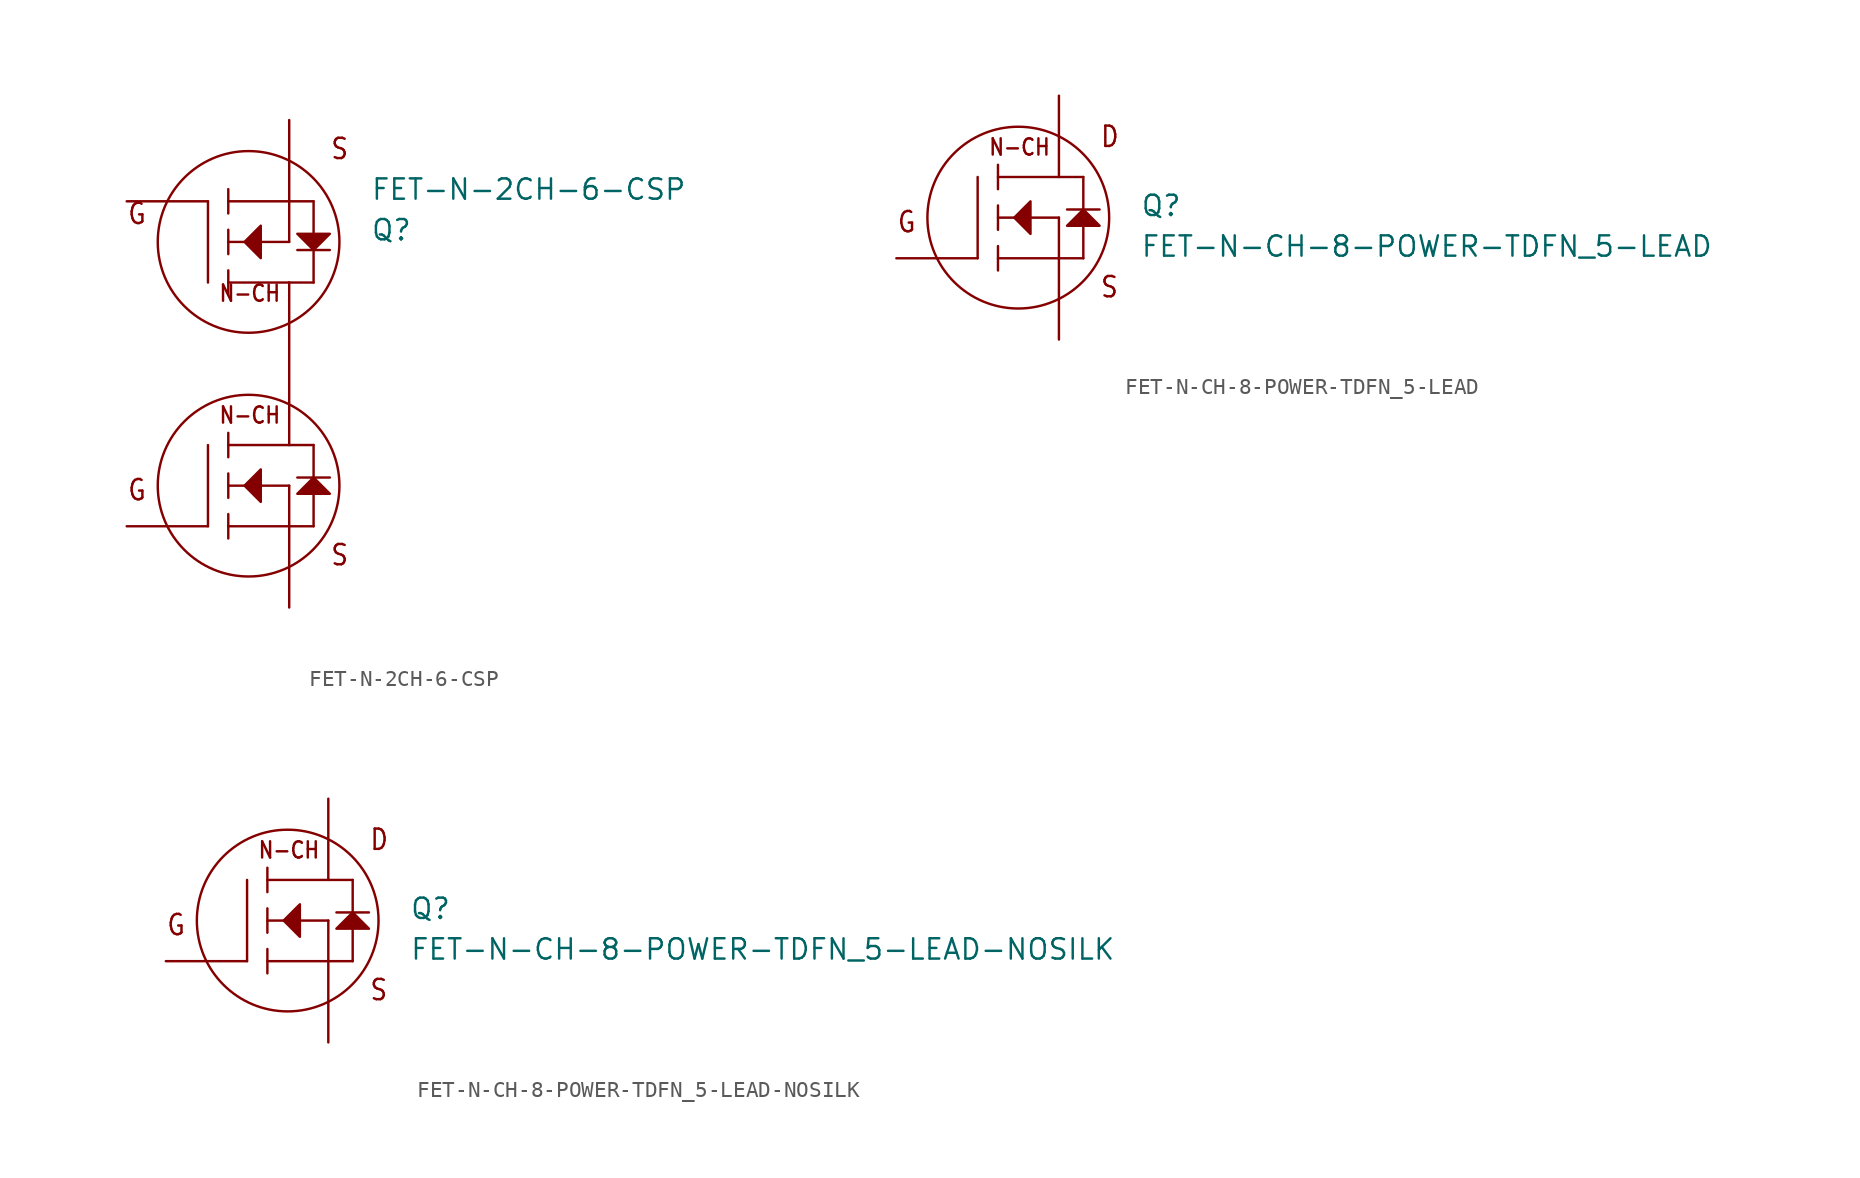
<source format=kicad_sym>
(kicad_symbol_lib
  (version 20211014)
  (generator kicad_symbol_editor)
  (symbol "FET-N-2CH-6-CSP"
    (pin_numbers hide)
    (pin_names hide)
    (property "Reference" "Q"
      (at 7.62 7.62 0)
      (effects (font (size 1.27 1.27)) (justify left bottom)))
    (property "Value" "FET-N-2CH-6-CSP"
      (at 7.62 10.16 0)
      (effects (font (size 1.27 1.27)) (justify left bottom)))
    (property "Datasheet" ""
      (at 0 0 0))
    (property "ki_description" "EFC8811R  - MOSFET 2N-CH 6CSP  Technical Specifications:    Mosfet Array 2.5W Surface Mount 6-CSP (1.77x3.54)   Configuration: 2N-Channel   Max Power: 2.5W    Features: Logic Level Gate, 2.5V Drive       Component Search:  EFC8811R   Datasheet:  EFC8811R "
      (at 0 0 0))
    (property "ki_fp_filters" "FlashPCB_Transistors:6-CSP"
      (at 0 0 0))
    (symbol "FET-N-2CH-6-CSP_1_1"
      (text "G" (at -7.62 8.636 0) (effects (font (size 1.27 1.086)) (justify left bottom mirror)))
      (text "S" (at 5.08 12.7 0) (effects (font (size 1.27 1.086)) (justify left bottom mirror)))
      (text "N-CH" (at -1.905 3.81 0) (effects (font (size 1.016 0.869)) (justify left bottom mirror)))
      (text "G" (at -7.62 -8.636 0) (effects (font (size 1.27 1.086)) (justify left bottom)))
      (text "S" (at 5.08 -12.7 0) (effects (font (size 1.27 1.086)) (justify left bottom)))
      (text "N-CH" (at -1.905 -3.81 0) (effects (font (size 1.016 0.869)) (justify left bottom)))
      (polyline (pts (xy -0.254 7.62) (xy 0.762 6.604) (xy 0.762 8.636) (xy -0.254 7.62)) (stroke (width 0.152) (type default)) (fill (type outline)))
      (polyline (pts (xy 3.048 8.128) (xy 5.08 8.128) (xy 4.064 7.112) (xy 3.048 8.128)) (stroke (width 0.152) (type default)) (fill (type outline)))
      (polyline (pts (xy -0.254 -7.62) (xy 0.762 -6.604) (xy 0.762 -8.636) (xy -0.254 -7.62)) (stroke (width 0.152) (type default)) (fill (type outline)))
      (polyline (pts (xy 3.048 -8.128) (xy 5.08 -8.128) (xy 4.064 -7.112) (xy 3.048 -8.128)) (stroke (width 0.152) (type default)) (fill (type outline)))
      (polyline (pts (xy -2.54 10.16) (xy -2.54 5.08)) (stroke (width 0.152)) (fill (type none)))
      (polyline (pts (xy 2.54 10.16) (xy -1.27 10.16)) (stroke (width 0.152)) (fill (type none)))
      (polyline (pts (xy 2.54 10.16) (xy 2.54 7.62)) (stroke (width 0.152)) (fill (type none)))
      (polyline (pts (xy 2.54 7.62) (xy -1.27 7.62)) (stroke (width 0.152)) (fill (type none)))
      (polyline (pts (xy 4.064 5.08) (xy 2.54 5.08)) (stroke (width 0.152)) (fill (type none)))
      (polyline (pts (xy 2.54 5.08) (xy -1.27 5.08)) (stroke (width 0.152)) (fill (type none)))
      (polyline (pts (xy -1.27 4.318) (xy -1.27 5.842)) (stroke (width 0.152)) (fill (type none)))
      (polyline (pts (xy -1.27 6.858) (xy -1.27 8.382)) (stroke (width 0.152)) (fill (type none)))
      (polyline (pts (xy -1.27 9.398) (xy -1.27 10.922)) (stroke (width 0.152)) (fill (type none)))
      (polyline (pts (xy 2.54 10.16) (xy 4.064 10.16)) (stroke (width 0.152)) (fill (type none)))
      (polyline (pts (xy 4.064 10.16) (xy 4.064 5.08)) (stroke (width 0.152)) (fill (type none)))
      (polyline (pts (xy 3.048 7.112) (xy 5.08 7.112)) (stroke (width 0.152)) (fill (type none)))
      (polyline (pts (xy -2.54 -10.16) (xy -2.54 -5.08)) (stroke (width 0.152)) (fill (type none)))
      (polyline (pts (xy 2.54 -10.16) (xy -1.27 -10.16)) (stroke (width 0.152)) (fill (type none)))
      (polyline (pts (xy 2.54 -10.16) (xy 2.54 -7.62)) (stroke (width 0.152)) (fill (type none)))
      (polyline (pts (xy 2.54 -7.62) (xy -1.27 -7.62)) (stroke (width 0.152)) (fill (type none)))
      (polyline (pts (xy 4.064 -5.08) (xy 2.54 -5.08)) (stroke (width 0.152)) (fill (type none)))
      (polyline (pts (xy 2.54 -5.08) (xy -1.27 -5.08)) (stroke (width 0.152)) (fill (type none)))
      (polyline (pts (xy -1.27 -4.318) (xy -1.27 -5.842)) (stroke (width 0.152)) (fill (type none)))
      (polyline (pts (xy -1.27 -6.858) (xy -1.27 -8.382)) (stroke (width 0.152)) (fill (type none)))
      (polyline (pts (xy -1.27 -9.398) (xy -1.27 -10.922)) (stroke (width 0.152)) (fill (type none)))
      (polyline (pts (xy 2.54 -10.16) (xy 4.064 -10.16)) (stroke (width 0.152)) (fill (type none)))
      (polyline (pts (xy 4.064 -10.16) (xy 4.064 -5.08)) (stroke (width 0.152)) (fill (type none)))
      (polyline (pts (xy 3.048 -7.112) (xy 5.08 -7.112)) (stroke (width 0.152)) (fill (type none)))
      (polyline (pts (xy 2.54 5.08) (xy 2.54 -5.08)) (stroke (width 0.152)) (fill (type none)))
      (circle (center 0 7.62) (radius 5.68) (stroke (width 0.152) (type default)) (fill (type none)))
      (circle (center 0 -7.62) (radius 5.68) (stroke (width 0.152) (type default)) (fill (type none)))
      (pin bidirectional line (at -7.62 10.16 0) (length 5.08) (name "GATE2" (effects (font (size 0 0)))) (number "2" (effects (font (size 0 0)))))
      (pin bidirectional line (at -7.62 -10.16 0) (length 5.08) (name "GATE1" (effects (font (size 0 0)))) (number "5" (effects (font (size 0 0)))))
      (pin bidirectional line (at 2.54 -15.24 90) (length 5.08) (name "SOURCE1" (effects (font (size 0 0)))) (number "4" (effects (font (size 0 0)))))
      (pin bidirectional line (at 2.54 -15.24 90) (length 5.08) hide (name "SOURCE1" (effects (font (size 0 0)))) (number "6" (effects (font (size 0 0)))))
      (pin bidirectional line (at 2.54 15.24 270) (length 5.08) (name "SOURCE2" (effects (font (size 0 0)))) (number "1" (effects (font (size 0 0)))))
      (pin bidirectional line (at 2.54 15.24 270) (length 5.08) hide (name "SOURCE2" (effects (font (size 0 0)))) (number "3" (effects (font (size 0 0)))))))
  (symbol "FET-N-CH-8-POWER-TDFN_5-LEAD"
    (pin_numbers hide)
    (pin_names hide)
    (property "Reference" "Q"
      (at 7.62 0 0)
      (effects (font (size 1.27 1.27)) (justify left bottom)))
    (property "Value" "FET-N-CH-8-POWER-TDFN_5-LEAD"
      (at 7.62 -2.54 0)
      (effects (font (size 1.27 1.27)) (justify left bottom)))
    (property "Datasheet" ""
      (at 0 0 0))
    (property "ki_fp_filters" "FlashPCB_Transistors:8-POWER-TDFN-5LEAD"
      (at 0 0 0))
    (symbol "FET-N-CH-8-POWER-TDFN_5-LEAD_1_1"
      (text "G" (at -7.62 -1.016 0) (effects (font (size 1.27 1.086)) (justify left bottom)))
      (text "D" (at 5.08 4.318 0) (effects (font (size 1.27 1.086)) (justify left bottom)))
      (text "S" (at 5.08 -5.08 0) (effects (font (size 1.27 1.086)) (justify left bottom)))
      (text "N-CH" (at -1.905 3.81 0) (effects (font (size 1.016 0.869)) (justify left bottom)))
      (polyline (pts (xy -0.254 0) (xy 0.762 1.016) (xy 0.762 -1.016) (xy -0.254 0)) (stroke (width 0.152) (type default)) (fill (type outline)))
      (polyline (pts (xy 3.048 -0.508) (xy 5.08 -0.508) (xy 4.064 0.508) (xy 3.048 -0.508)) (stroke (width 0.152) (type default)) (fill (type outline)))
      (polyline (pts (xy -2.54 -2.54) (xy -2.54 2.54)) (stroke (width 0.152)) (fill (type none)))
      (polyline (pts (xy 2.54 -2.54) (xy -1.27 -2.54)) (stroke (width 0.152)) (fill (type none)))
      (polyline (pts (xy 2.54 -2.54) (xy 2.54 0)) (stroke (width 0.152)) (fill (type none)))
      (polyline (pts (xy 2.54 0) (xy -1.27 0)) (stroke (width 0.152)) (fill (type none)))
      (polyline (pts (xy 4.064 2.54) (xy -1.27 2.54)) (stroke (width 0.152)) (fill (type none)))
      (polyline (pts (xy -1.27 3.302) (xy -1.27 1.778)) (stroke (width 0.152)) (fill (type none)))
      (polyline (pts (xy -1.27 0.762) (xy -1.27 -0.762)) (stroke (width 0.152)) (fill (type none)))
      (polyline (pts (xy -1.27 -1.778) (xy -1.27 -3.302)) (stroke (width 0.152)) (fill (type none)))
      (polyline (pts (xy 2.54 -2.54) (xy 4.064 -2.54)) (stroke (width 0.152)) (fill (type none)))
      (polyline (pts (xy 4.064 -2.54) (xy 4.064 2.54)) (stroke (width 0.152)) (fill (type none)))
      (polyline (pts (xy 3.048 0.508) (xy 5.08 0.508)) (stroke (width 0.152)) (fill (type none)))
      (circle (center 0 0) (radius 5.68) (stroke (width 0.152) (type default)) (fill (type none)))
      (pin bidirectional line (at -7.62 -2.54 0) (length 5.08) (name "GATE" (effects (font (size 0 0)))) (number "4" (effects (font (size 0 0)))))
      (pin bidirectional line (at 2.54 -7.62 90) (length 5.08) (name "SOURCE" (effects (font (size 0 0)))) (number "1" (effects (font (size 0 0)))))
      (pin bidirectional line (at 2.54 -7.62 90) (length 5.08) hide (name "SOURCE" (effects (font (size 0 0)))) (number "2" (effects (font (size 0 0)))))
      (pin bidirectional line (at 2.54 -7.62 90) (length 5.08) hide (name "SOURCE" (effects (font (size 0 0)))) (number "3" (effects (font (size 0 0)))))
      (pin bidirectional line (at 2.54 7.62 270) (length 5.08) (name "DRAIN" (effects (font (size 0 0)))) (number "5" (effects (font (size 0 0)))))
      (pin bidirectional line (at 2.54 7.62 270) (length 5.08) hide (name "DRAIN" (effects (font (size 0 0)))) (number "8" (effects (font (size 0 0)))))
      (pin bidirectional line (at 2.54 7.62 270) (length 5.08) hide (name "DRAIN" (effects (font (size 0 0)))) (number "TAB" (effects (font (size 0 0)))))
      (pin bidirectional line (at 2.54 7.62 270) (length 5.08) hide (name "DRAIN" (effects (font (size 0 0)))) (number "TAB_1" (effects (font (size 0 0)))))
      (pin bidirectional line (at 2.54 7.62 270) (length 5.08) hide (name "DRAIN" (effects (font (size 0 0)))) (number "TAB_2" (effects (font (size 0 0)))))))
  (symbol "FET-N-CH-8-POWER-TDFN_5-LEAD-NOSILK"
    (pin_numbers hide)
    (pin_names hide)
    (property "Reference" "Q"
      (at 7.62 0 0)
      (effects (font (size 1.27 1.27)) (justify left bottom)))
    (property "Value" "FET-N-CH-8-POWER-TDFN_5-LEAD-NOSILK"
      (at 7.62 -2.54 0)
      (effects (font (size 1.27 1.27)) (justify left bottom)))
    (property "Datasheet" ""
      (at 0 0 0))
    (property "ki_fp_filters" "FlashPCB_Transistors:8-POWER-TDFN-5LEAD-NOSILK"
      (at 0 0 0))
    (symbol "FET-N-CH-8-POWER-TDFN_5-LEAD-NOSILK_1_1"
      (text "G" (at -7.62 -1.016 0) (effects (font (size 1.27 1.086)) (justify left bottom)))
      (text "D" (at 5.08 4.318 0) (effects (font (size 1.27 1.086)) (justify left bottom)))
      (text "S" (at 5.08 -5.08 0) (effects (font (size 1.27 1.086)) (justify left bottom)))
      (text "N-CH" (at -1.905 3.81 0) (effects (font (size 1.016 0.869)) (justify left bottom)))
      (polyline (pts (xy -0.254 0) (xy 0.762 1.016) (xy 0.762 -1.016) (xy -0.254 0)) (stroke (width 0.152) (type default)) (fill (type outline)))
      (polyline (pts (xy 3.048 -0.508) (xy 5.08 -0.508) (xy 4.064 0.508) (xy 3.048 -0.508)) (stroke (width 0.152) (type default)) (fill (type outline)))
      (polyline (pts (xy -2.54 -2.54) (xy -2.54 2.54)) (stroke (width 0.152)) (fill (type none)))
      (polyline (pts (xy 2.54 -2.54) (xy -1.27 -2.54)) (stroke (width 0.152)) (fill (type none)))
      (polyline (pts (xy 2.54 -2.54) (xy 2.54 0)) (stroke (width 0.152)) (fill (type none)))
      (polyline (pts (xy 2.54 0) (xy -1.27 0)) (stroke (width 0.152)) (fill (type none)))
      (polyline (pts (xy 4.064 2.54) (xy -1.27 2.54)) (stroke (width 0.152)) (fill (type none)))
      (polyline (pts (xy -1.27 3.302) (xy -1.27 1.778)) (stroke (width 0.152)) (fill (type none)))
      (polyline (pts (xy -1.27 0.762) (xy -1.27 -0.762)) (stroke (width 0.152)) (fill (type none)))
      (polyline (pts (xy -1.27 -1.778) (xy -1.27 -3.302)) (stroke (width 0.152)) (fill (type none)))
      (polyline (pts (xy 2.54 -2.54) (xy 4.064 -2.54)) (stroke (width 0.152)) (fill (type none)))
      (polyline (pts (xy 4.064 -2.54) (xy 4.064 2.54)) (stroke (width 0.152)) (fill (type none)))
      (polyline (pts (xy 3.048 0.508) (xy 5.08 0.508)) (stroke (width 0.152)) (fill (type none)))
      (circle (center 0 0) (radius 5.68) (stroke (width 0.152) (type default)) (fill (type none)))
      (pin bidirectional line (at -7.62 -2.54 0) (length 5.08) (name "GATE" (effects (font (size 0 0)))) (number "4" (effects (font (size 0 0)))))
      (pin bidirectional line (at 2.54 -7.62 90) (length 5.08) (name "SOURCE" (effects (font (size 0 0)))) (number "1" (effects (font (size 0 0)))))
      (pin bidirectional line (at 2.54 -7.62 90) (length 5.08) hide (name "SOURCE" (effects (font (size 0 0)))) (number "2" (effects (font (size 0 0)))))
      (pin bidirectional line (at 2.54 -7.62 90) (length 5.08) hide (name "SOURCE" (effects (font (size 0 0)))) (number "3" (effects (font (size 0 0)))))
      (pin bidirectional line (at 2.54 7.62 270) (length 5.08) (name "DRAIN" (effects (font (size 0 0)))) (number "5" (effects (font (size 0 0)))))
      (pin bidirectional line (at 2.54 7.62 270) (length 5.08) hide (name "DRAIN" (effects (font (size 0 0)))) (number "8" (effects (font (size 0 0)))))
      (pin bidirectional line (at 2.54 7.62 270) (length 5.08) hide (name "DRAIN" (effects (font (size 0 0)))) (number "TAB" (effects (font (size 0 0)))))
      (pin bidirectional line (at 2.54 7.62 270) (length 5.08) hide (name "DRAIN" (effects (font (size 0 0)))) (number "TAB_1" (effects (font (size 0 0)))))
      (pin bidirectional line (at 2.54 7.62 270) (length 5.08) hide (name "DRAIN" (effects (font (size 0 0)))) (number "TAB_2" (effects (font (size 0 0))))))))
</source>
